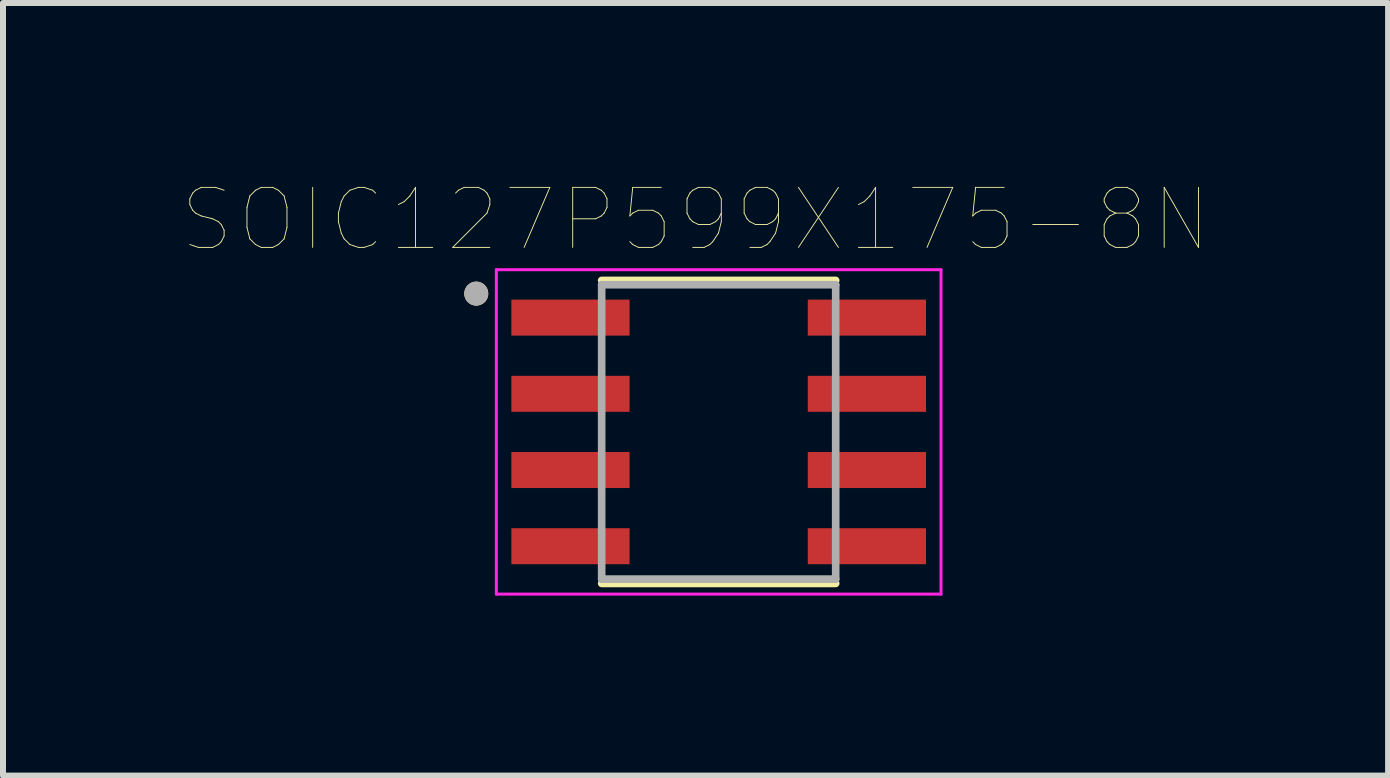
<source format=kicad_pcb>
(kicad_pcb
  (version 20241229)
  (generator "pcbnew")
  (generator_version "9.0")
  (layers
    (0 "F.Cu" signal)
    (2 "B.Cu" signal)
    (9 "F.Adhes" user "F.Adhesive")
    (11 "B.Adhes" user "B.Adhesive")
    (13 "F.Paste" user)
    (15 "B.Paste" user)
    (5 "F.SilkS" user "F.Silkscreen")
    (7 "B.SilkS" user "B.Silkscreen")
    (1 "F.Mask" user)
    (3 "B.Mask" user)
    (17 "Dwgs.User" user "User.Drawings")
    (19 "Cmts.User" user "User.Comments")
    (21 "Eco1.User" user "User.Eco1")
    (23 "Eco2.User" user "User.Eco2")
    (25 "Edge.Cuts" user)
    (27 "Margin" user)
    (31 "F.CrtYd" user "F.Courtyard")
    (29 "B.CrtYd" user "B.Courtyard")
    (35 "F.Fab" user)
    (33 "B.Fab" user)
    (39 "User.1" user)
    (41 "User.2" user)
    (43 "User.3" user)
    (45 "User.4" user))
  (footprint "SOIC127P599X175-8N"
    (layer "F.Cu")
    (at 8.927 4.148)
    (property "Reference" "SOIC127P599X175-8N" (at -0.385 -3.537 0) (layer "F.SilkS") (effects (font (size 1 1) (thickness 0.015))))
    (attr through_hole)
    (fp_line (start -1.95 -2.525) (end 1.95 -2.525) (stroke (width 0.127) (type solid)) (layer "F.SilkS"))
    (fp_line (start -1.95 2.525) (end 1.95 2.525) (stroke (width 0.127) (type solid)) (layer "F.SilkS"))
    (fp_circle (center -4.04 -2.305) (end -3.94 -2.305) (stroke (width 0.2) (type solid)) (fill no) (layer "F.SilkS"))
    (fp_line (start -3.705 -2.703) (end -3.705 2.703) (stroke (width 0.05) (type solid)) (layer "F.CrtYd"))
    (fp_line (start -3.705 -2.703) (end 3.705 -2.703) (stroke (width 0.05) (type solid)) (layer "F.CrtYd"))
    (fp_line (start -3.705 2.703) (end 3.705 2.703) (stroke (width 0.05) (type solid)) (layer "F.CrtYd"))
    (fp_line (start 3.705 -2.703) (end 3.705 2.703) (stroke (width 0.05) (type solid)) (layer "F.CrtYd"))
    (fp_line (start -1.95 -2.453) (end -1.95 2.453) (stroke (width 0.127) (type solid)) (layer "F.Fab"))
    (fp_line (start -1.95 -2.453) (end 1.95 -2.453) (stroke (width 0.127) (type solid)) (layer "F.Fab"))
    (fp_line (start -1.95 2.453) (end 1.95 2.453) (stroke (width 0.127) (type solid)) (layer "F.Fab"))
    (fp_line (start 1.95 -2.453) (end 1.95 2.453) (stroke (width 0.127) (type solid)) (layer "F.Fab"))
    (fp_circle (center -4.04 -2.305) (end -3.94 -2.305) (stroke (width 0.2) (type solid)) (fill no) (layer "F.Fab"))
    (pad "1" smd rect (at -2.47 -1.905) (size 1.97 0.6) (layers "F.Cu" "F.Mask" "F.Paste"))
    (pad "2" smd rect (at -2.47 -0.635) (size 1.97 0.6) (layers "F.Cu" "F.Mask" "F.Paste"))
    (pad "3" smd rect (at -2.47 0.635) (size 1.97 0.6) (layers "F.Cu" "F.Mask" "F.Paste"))
    (pad "4" smd rect (at -2.47 1.905) (size 1.97 0.6) (layers "F.Cu" "F.Mask" "F.Paste"))
    (pad "5" smd rect (at 2.47 1.905) (size 1.97 0.6) (layers "F.Cu" "F.Mask" "F.Paste"))
    (pad "6" smd rect (at 2.47 0.635) (size 1.97 0.6) (layers "F.Cu" "F.Mask" "F.Paste"))
    (pad "7" smd rect (at 2.47 -0.635) (size 1.97 0.6) (layers "F.Cu" "F.Mask" "F.Paste"))
    (pad "8" smd rect (at 2.47 -1.905) (size 1.97 0.6) (layers "F.Cu" "F.Mask" "F.Paste")))
  (gr_rect
    (start -3 -3)
    (end 20.083 9.876)
    (stroke (width 0.1) (type default))
    (fill no)
    (layer "Edge.Cuts")))
</source>
